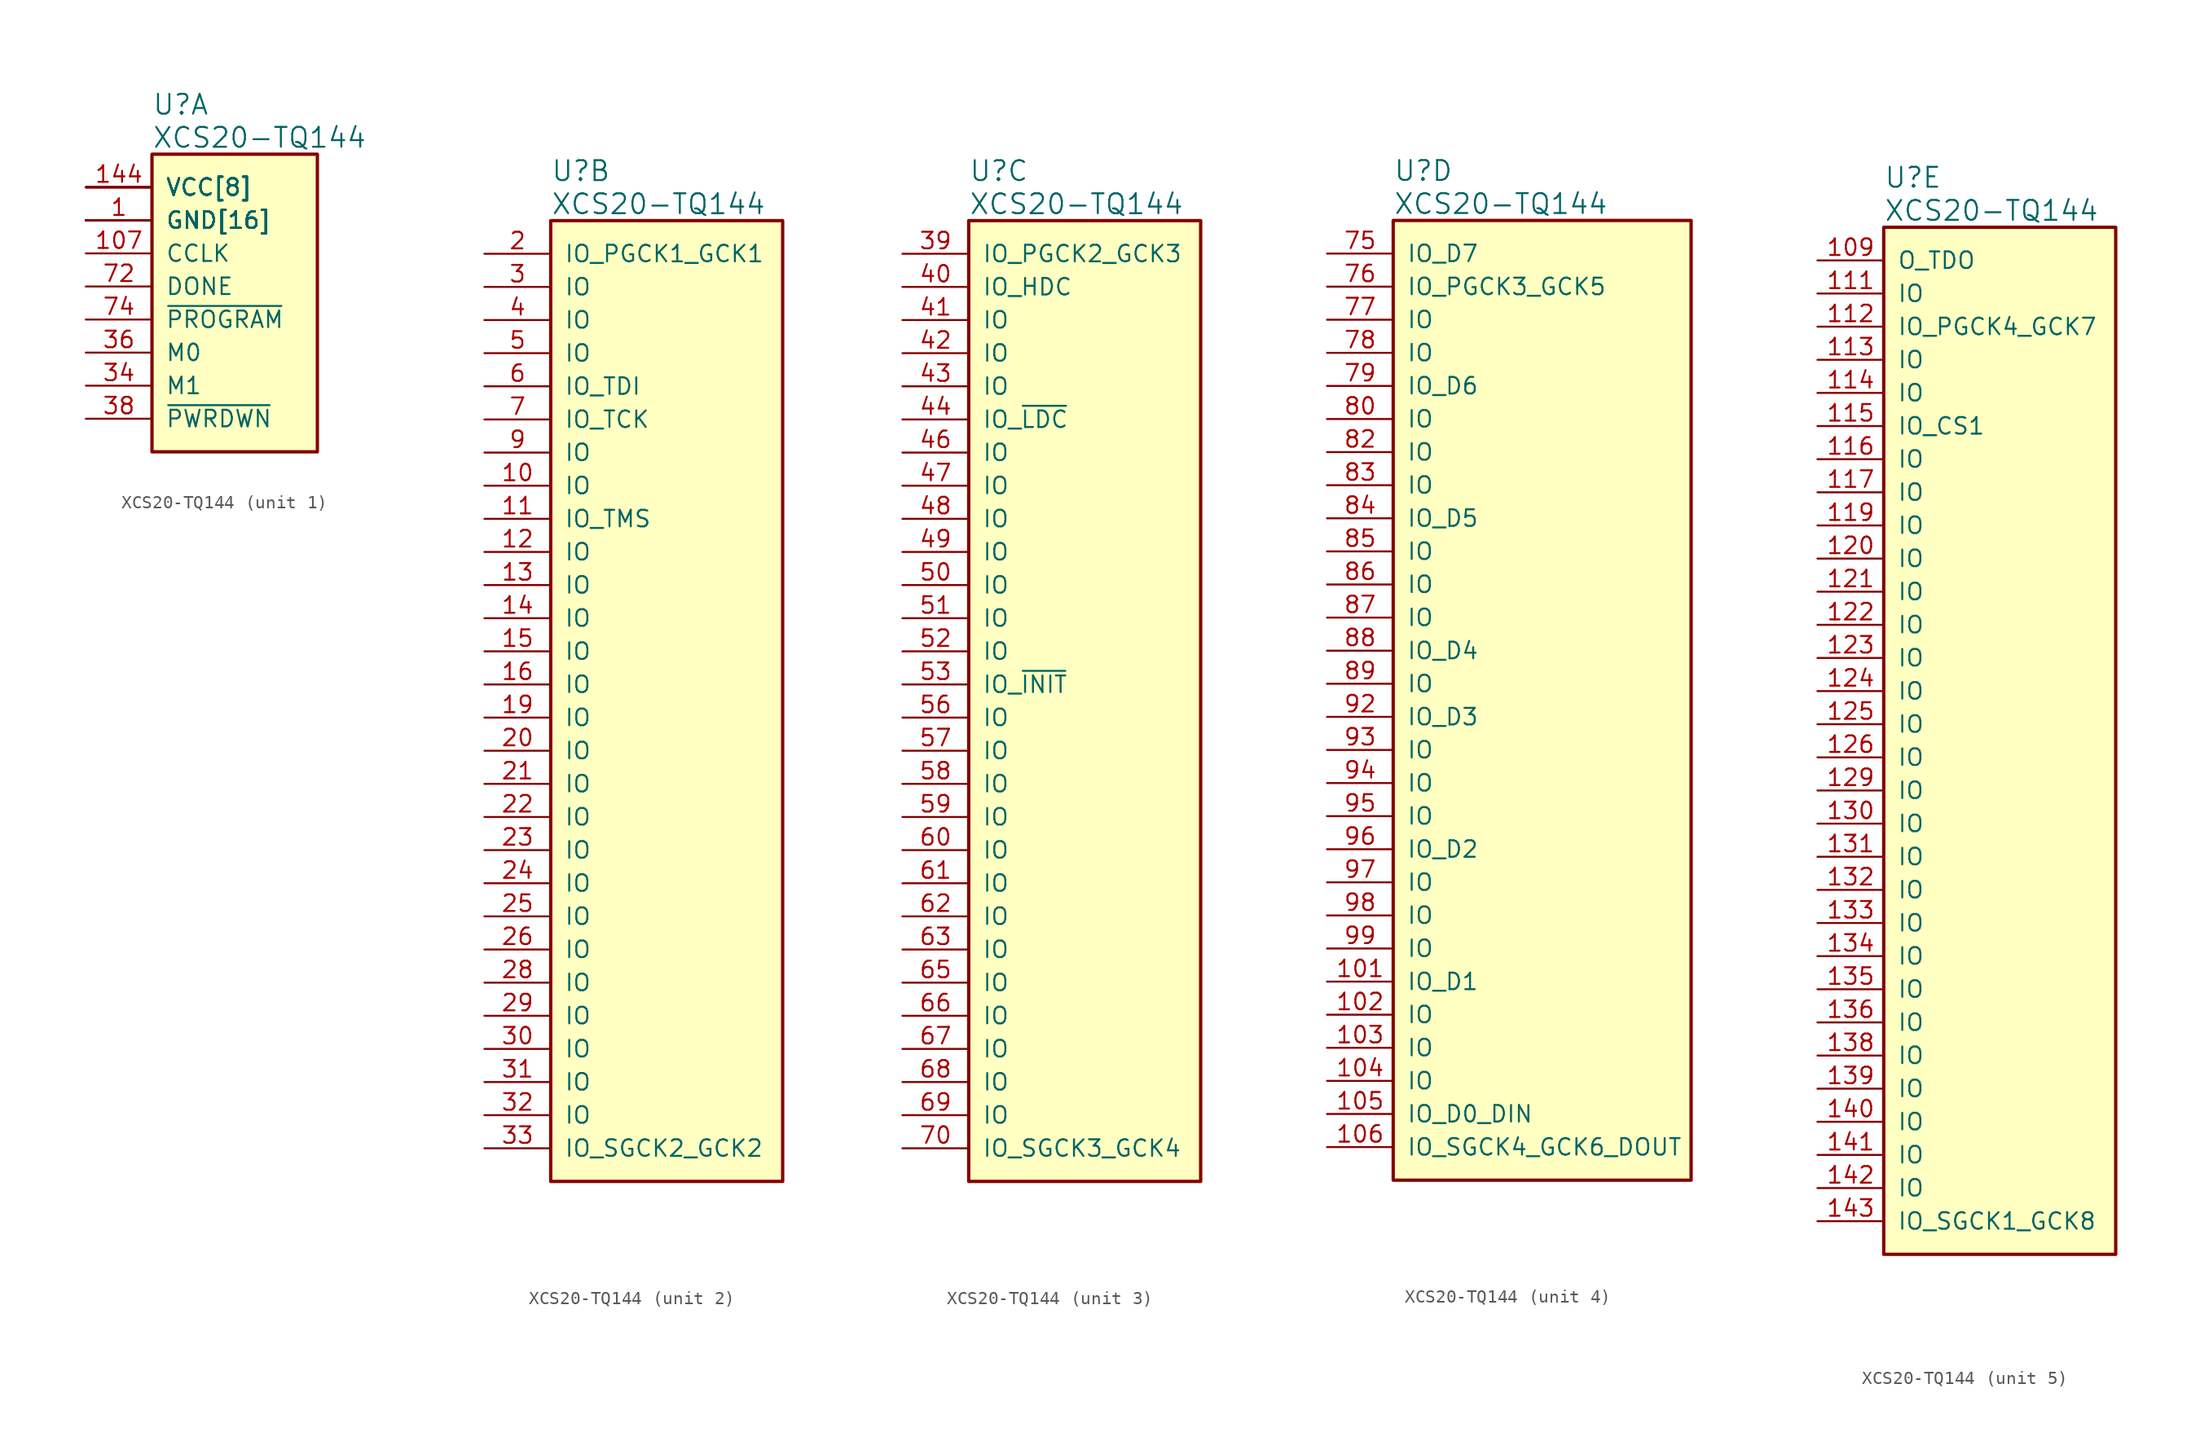
<source format=kicad_sym>
(kicad_symbol_lib
  (version 20231120)
  (generator "kicad_symbol_editor")
  (generator_version "8.0")
  (symbol "XCS20-TQ144"
    (pin_names
      (offset 1.016))
    (property "Reference" "U"
      (at 5.08 6.35 0)
      (effects (font (size 1.524 1.524)) (justify left)))
    (property "Value" "XCS20-TQ144"
      (at 5.08 3.81 0)
      (effects (font (size 1.524 1.524)) (justify left)))
    (property "ki_locked" ""
      (at 0 0 0)
      (effects (font (size 1.27 1.27))))
    (symbol "XCS20-TQ144_1_1"
      (rectangle (start 5.08 2.54) (end 17.78 -20.32) (stroke (width 0.254) (type solid)) (fill (type background)))
      (pin power_in line (at 0 -2.54 0) (length 5.08) (name "GND[16]" (effects (font (size 1.27 1.27)))) (number "1" (effects (font (size 1.27 1.27)))))
      (pin power_in line (at 0 -2.54 0) (length 5.08) (name "GND[16]" (effects (font (size 1.27 1.27)))) (number "100" (effects (font (size 0 0)))))
      (pin bidirectional line (at 0 -5.08 0) (length 5.08) (name "CCLK" (effects (font (size 1.27 1.27)))) (number "107" (effects (font (size 1.27 1.27)))))
      (pin power_in line (at 0 0 0) (length 5.08) (name "VCC[8]" (effects (font (size 1.27 1.27)))) (number "108" (effects (font (size 0 0)))))
      (pin power_in line (at 0 -2.54 0) (length 5.08) (name "GND[16]" (effects (font (size 1.27 1.27)))) (number "110" (effects (font (size 0 0)))))
      (pin power_in line (at 0 -2.54 0) (length 5.08) (name "GND[16]" (effects (font (size 1.27 1.27)))) (number "118" (effects (font (size 0 0)))))
      (pin power_in line (at 0 -2.54 0) (length 5.08) (name "GND[16]" (effects (font (size 1.27 1.27)))) (number "127" (effects (font (size 0 0)))))
      (pin power_in line (at 0 0 0) (length 5.08) (name "VCC[8]" (effects (font (size 1.27 1.27)))) (number "128" (effects (font (size 0 0)))))
      (pin power_in line (at 0 -2.54 0) (length 5.08) (name "GND[16]" (effects (font (size 1.27 1.27)))) (number "137" (effects (font (size 0 0)))))
      (pin power_in line (at 0 0 0) (length 5.08) (name "VCC[8]" (effects (font (size 1.27 1.27)))) (number "144" (effects (font (size 1.27 1.27)))))
      (pin power_in line (at 0 -2.54 0) (length 5.08) (name "GND[16]" (effects (font (size 1.27 1.27)))) (number "17" (effects (font (size 0 0)))))
      (pin power_in line (at 0 0 0) (length 5.08) (name "VCC[8]" (effects (font (size 1.27 1.27)))) (number "18" (effects (font (size 0 0)))))
      (pin power_in line (at 0 -2.54 0) (length 5.08) (name "GND[16]" (effects (font (size 1.27 1.27)))) (number "27" (effects (font (size 0 0)))))
      (pin input line (at 0 -15.24 0) (length 5.08) (name "M1" (effects (font (size 1.27 1.27)))) (number "34" (effects (font (size 1.27 1.27)))))
      (pin power_in line (at 0 -2.54 0) (length 5.08) (name "GND[16]" (effects (font (size 1.27 1.27)))) (number "35" (effects (font (size 0 0)))))
      (pin input line (at 0 -12.7 0) (length 5.08) (name "M0" (effects (font (size 1.27 1.27)))) (number "36" (effects (font (size 1.27 1.27)))))
      (pin power_in line (at 0 0 0) (length 5.08) (name "VCC[8]" (effects (font (size 1.27 1.27)))) (number "37" (effects (font (size 0 0)))))
      (pin input line (at 0 -17.78 0) (length 5.08) (name "~{PWRDWN}" (effects (font (size 1.27 1.27)))) (number "38" (effects (font (size 1.27 1.27)))))
      (pin power_in line (at 0 -2.54 0) (length 5.08) (name "GND[16]" (effects (font (size 1.27 1.27)))) (number "45" (effects (font (size 0 0)))))
      (pin power_in line (at 0 0 0) (length 5.08) (name "VCC[8]" (effects (font (size 1.27 1.27)))) (number "54" (effects (font (size 0 0)))))
      (pin power_in line (at 0 -2.54 0) (length 5.08) (name "GND[16]" (effects (font (size 1.27 1.27)))) (number "55" (effects (font (size 0 0)))))
      (pin power_in line (at 0 -2.54 0) (length 5.08) (name "GND[16]" (effects (font (size 1.27 1.27)))) (number "64" (effects (font (size 0 0)))))
      (pin power_in line (at 0 -2.54 0) (length 5.08) (name "GND[16]" (effects (font (size 1.27 1.27)))) (number "71" (effects (font (size 0 0)))))
      (pin bidirectional line (at 0 -7.62 0) (length 5.08) (name "DONE" (effects (font (size 1.27 1.27)))) (number "72" (effects (font (size 1.27 1.27)))))
      (pin power_in line (at 0 0 0) (length 5.08) (name "VCC[8]" (effects (font (size 1.27 1.27)))) (number "73" (effects (font (size 0 0)))))
      (pin input line (at 0 -10.16 0) (length 5.08) (name "~{PROGRAM}" (effects (font (size 1.27 1.27)))) (number "74" (effects (font (size 1.27 1.27)))))
      (pin power_in line (at 0 -2.54 0) (length 5.08) (name "GND[16]" (effects (font (size 1.27 1.27)))) (number "8" (effects (font (size 0 0)))))
      (pin power_in line (at 0 -2.54 0) (length 5.08) (name "GND[16]" (effects (font (size 1.27 1.27)))) (number "81" (effects (font (size 0 0)))))
      (pin power_in line (at 0 0 0) (length 5.08) (name "VCC[8]" (effects (font (size 1.27 1.27)))) (number "90" (effects (font (size 0 0)))))
      (pin power_in line (at 0 -2.54 0) (length 5.08) (name "GND[16]" (effects (font (size 1.27 1.27)))) (number "91" (effects (font (size 0 0))))))
    (symbol "XCS20-TQ144_2_1"
      (rectangle (start 5.08 2.54) (end 22.86 -71.12) (stroke (width 0.254) (type solid)) (fill (type background)))
      (pin bidirectional line (at 0 -17.78 0) (length 5.08) (name "IO" (effects (font (size 1.27 1.27)))) (number "10" (effects (font (size 1.27 1.27)))))
      (pin bidirectional line (at 0 -20.32 0) (length 5.08) (name "IO_TMS" (effects (font (size 1.27 1.27)))) (number "11" (effects (font (size 1.27 1.27)))))
      (pin bidirectional line (at 0 -22.86 0) (length 5.08) (name "IO" (effects (font (size 1.27 1.27)))) (number "12" (effects (font (size 1.27 1.27)))))
      (pin bidirectional line (at 0 -25.4 0) (length 5.08) (name "IO" (effects (font (size 1.27 1.27)))) (number "13" (effects (font (size 1.27 1.27)))))
      (pin bidirectional line (at 0 -27.94 0) (length 5.08) (name "IO" (effects (font (size 1.27 1.27)))) (number "14" (effects (font (size 1.27 1.27)))))
      (pin bidirectional line (at 0 -30.48 0) (length 5.08) (name "IO" (effects (font (size 1.27 1.27)))) (number "15" (effects (font (size 1.27 1.27)))))
      (pin bidirectional line (at 0 -33.02 0) (length 5.08) (name "IO" (effects (font (size 1.27 1.27)))) (number "16" (effects (font (size 1.27 1.27)))))
      (pin bidirectional line (at 0 -35.56 0) (length 5.08) (name "IO" (effects (font (size 1.27 1.27)))) (number "19" (effects (font (size 1.27 1.27)))))
      (pin bidirectional line (at 0 0 0) (length 5.08) (name "IO_PGCK1_GCK1" (effects (font (size 1.27 1.27)))) (number "2" (effects (font (size 1.27 1.27)))))
      (pin bidirectional line (at 0 -38.1 0) (length 5.08) (name "IO" (effects (font (size 1.27 1.27)))) (number "20" (effects (font (size 1.27 1.27)))))
      (pin bidirectional line (at 0 -40.64 0) (length 5.08) (name "IO" (effects (font (size 1.27 1.27)))) (number "21" (effects (font (size 1.27 1.27)))))
      (pin bidirectional line (at 0 -43.18 0) (length 5.08) (name "IO" (effects (font (size 1.27 1.27)))) (number "22" (effects (font (size 1.27 1.27)))))
      (pin bidirectional line (at 0 -45.72 0) (length 5.08) (name "IO" (effects (font (size 1.27 1.27)))) (number "23" (effects (font (size 1.27 1.27)))))
      (pin bidirectional line (at 0 -48.26 0) (length 5.08) (name "IO" (effects (font (size 1.27 1.27)))) (number "24" (effects (font (size 1.27 1.27)))))
      (pin bidirectional line (at 0 -50.8 0) (length 5.08) (name "IO" (effects (font (size 1.27 1.27)))) (number "25" (effects (font (size 1.27 1.27)))))
      (pin bidirectional line (at 0 -53.34 0) (length 5.08) (name "IO" (effects (font (size 1.27 1.27)))) (number "26" (effects (font (size 1.27 1.27)))))
      (pin bidirectional line (at 0 -55.88 0) (length 5.08) (name "IO" (effects (font (size 1.27 1.27)))) (number "28" (effects (font (size 1.27 1.27)))))
      (pin bidirectional line (at 0 -58.42 0) (length 5.08) (name "IO" (effects (font (size 1.27 1.27)))) (number "29" (effects (font (size 1.27 1.27)))))
      (pin bidirectional line (at 0 -2.54 0) (length 5.08) (name "IO" (effects (font (size 1.27 1.27)))) (number "3" (effects (font (size 1.27 1.27)))))
      (pin bidirectional line (at 0 -60.96 0) (length 5.08) (name "IO" (effects (font (size 1.27 1.27)))) (number "30" (effects (font (size 1.27 1.27)))))
      (pin bidirectional line (at 0 -63.5 0) (length 5.08) (name "IO" (effects (font (size 1.27 1.27)))) (number "31" (effects (font (size 1.27 1.27)))))
      (pin bidirectional line (at 0 -66.04 0) (length 5.08) (name "IO" (effects (font (size 1.27 1.27)))) (number "32" (effects (font (size 1.27 1.27)))))
      (pin bidirectional line (at 0 -68.58 0) (length 5.08) (name "IO_SGCK2_GCK2" (effects (font (size 1.27 1.27)))) (number "33" (effects (font (size 1.27 1.27)))))
      (pin bidirectional line (at 0 -5.08 0) (length 5.08) (name "IO" (effects (font (size 1.27 1.27)))) (number "4" (effects (font (size 1.27 1.27)))))
      (pin bidirectional line (at 0 -7.62 0) (length 5.08) (name "IO" (effects (font (size 1.27 1.27)))) (number "5" (effects (font (size 1.27 1.27)))))
      (pin bidirectional line (at 0 -10.16 0) (length 5.08) (name "IO_TDI" (effects (font (size 1.27 1.27)))) (number "6" (effects (font (size 1.27 1.27)))))
      (pin bidirectional line (at 0 -12.7 0) (length 5.08) (name "IO_TCK" (effects (font (size 1.27 1.27)))) (number "7" (effects (font (size 1.27 1.27)))))
      (pin bidirectional line (at 0 -15.24 0) (length 5.08) (name "IO" (effects (font (size 1.27 1.27)))) (number "9" (effects (font (size 1.27 1.27))))))
    (symbol "XCS20-TQ144_3_1"
      (rectangle (start 5.08 2.54) (end 22.86 -71.12) (stroke (width 0.254) (type solid)) (fill (type background)))
      (pin bidirectional line (at 0 0 0) (length 5.08) (name "IO_PGCK2_GCK3" (effects (font (size 1.27 1.27)))) (number "39" (effects (font (size 1.27 1.27)))))
      (pin bidirectional line (at 0 -2.54 0) (length 5.08) (name "IO_HDC" (effects (font (size 1.27 1.27)))) (number "40" (effects (font (size 1.27 1.27)))))
      (pin bidirectional line (at 0 -5.08 0) (length 5.08) (name "IO" (effects (font (size 1.27 1.27)))) (number "41" (effects (font (size 1.27 1.27)))))
      (pin bidirectional line (at 0 -7.62 0) (length 5.08) (name "IO" (effects (font (size 1.27 1.27)))) (number "42" (effects (font (size 1.27 1.27)))))
      (pin bidirectional line (at 0 -10.16 0) (length 5.08) (name "IO" (effects (font (size 1.27 1.27)))) (number "43" (effects (font (size 1.27 1.27)))))
      (pin bidirectional line (at 0 -12.7 0) (length 5.08) (name "IO_~{LDC}" (effects (font (size 1.27 1.27)))) (number "44" (effects (font (size 1.27 1.27)))))
      (pin bidirectional line (at 0 -15.24 0) (length 5.08) (name "IO" (effects (font (size 1.27 1.27)))) (number "46" (effects (font (size 1.27 1.27)))))
      (pin bidirectional line (at 0 -17.78 0) (length 5.08) (name "IO" (effects (font (size 1.27 1.27)))) (number "47" (effects (font (size 1.27 1.27)))))
      (pin bidirectional line (at 0 -20.32 0) (length 5.08) (name "IO" (effects (font (size 1.27 1.27)))) (number "48" (effects (font (size 1.27 1.27)))))
      (pin bidirectional line (at 0 -22.86 0) (length 5.08) (name "IO" (effects (font (size 1.27 1.27)))) (number "49" (effects (font (size 1.27 1.27)))))
      (pin bidirectional line (at 0 -25.4 0) (length 5.08) (name "IO" (effects (font (size 1.27 1.27)))) (number "50" (effects (font (size 1.27 1.27)))))
      (pin bidirectional line (at 0 -27.94 0) (length 5.08) (name "IO" (effects (font (size 1.27 1.27)))) (number "51" (effects (font (size 1.27 1.27)))))
      (pin bidirectional line (at 0 -30.48 0) (length 5.08) (name "IO" (effects (font (size 1.27 1.27)))) (number "52" (effects (font (size 1.27 1.27)))))
      (pin bidirectional line (at 0 -33.02 0) (length 5.08) (name "IO_~{INIT}" (effects (font (size 1.27 1.27)))) (number "53" (effects (font (size 1.27 1.27)))))
      (pin bidirectional line (at 0 -35.56 0) (length 5.08) (name "IO" (effects (font (size 1.27 1.27)))) (number "56" (effects (font (size 1.27 1.27)))))
      (pin bidirectional line (at 0 -38.1 0) (length 5.08) (name "IO" (effects (font (size 1.27 1.27)))) (number "57" (effects (font (size 1.27 1.27)))))
      (pin bidirectional line (at 0 -40.64 0) (length 5.08) (name "IO" (effects (font (size 1.27 1.27)))) (number "58" (effects (font (size 1.27 1.27)))))
      (pin bidirectional line (at 0 -43.18 0) (length 5.08) (name "IO" (effects (font (size 1.27 1.27)))) (number "59" (effects (font (size 1.27 1.27)))))
      (pin bidirectional line (at 0 -45.72 0) (length 5.08) (name "IO" (effects (font (size 1.27 1.27)))) (number "60" (effects (font (size 1.27 1.27)))))
      (pin bidirectional line (at 0 -48.26 0) (length 5.08) (name "IO" (effects (font (size 1.27 1.27)))) (number "61" (effects (font (size 1.27 1.27)))))
      (pin bidirectional line (at 0 -50.8 0) (length 5.08) (name "IO" (effects (font (size 1.27 1.27)))) (number "62" (effects (font (size 1.27 1.27)))))
      (pin bidirectional line (at 0 -53.34 0) (length 5.08) (name "IO" (effects (font (size 1.27 1.27)))) (number "63" (effects (font (size 1.27 1.27)))))
      (pin bidirectional line (at 0 -55.88 0) (length 5.08) (name "IO" (effects (font (size 1.27 1.27)))) (number "65" (effects (font (size 1.27 1.27)))))
      (pin bidirectional line (at 0 -58.42 0) (length 5.08) (name "IO" (effects (font (size 1.27 1.27)))) (number "66" (effects (font (size 1.27 1.27)))))
      (pin bidirectional line (at 0 -60.96 0) (length 5.08) (name "IO" (effects (font (size 1.27 1.27)))) (number "67" (effects (font (size 1.27 1.27)))))
      (pin bidirectional line (at 0 -63.5 0) (length 5.08) (name "IO" (effects (font (size 1.27 1.27)))) (number "68" (effects (font (size 1.27 1.27)))))
      (pin bidirectional line (at 0 -66.04 0) (length 5.08) (name "IO" (effects (font (size 1.27 1.27)))) (number "69" (effects (font (size 1.27 1.27)))))
      (pin bidirectional line (at 0 -68.58 0) (length 5.08) (name "IO_SGCK3_GCK4" (effects (font (size 1.27 1.27)))) (number "70" (effects (font (size 1.27 1.27))))))
    (symbol "XCS20-TQ144_4_1"
      (rectangle (start 5.08 2.54) (end 27.94 -71.12) (stroke (width 0.254) (type solid)) (fill (type background)))
      (pin bidirectional line (at 0 -55.88 0) (length 5.08) (name "IO_D1" (effects (font (size 1.27 1.27)))) (number "101" (effects (font (size 1.27 1.27)))))
      (pin bidirectional line (at 0 -58.42 0) (length 5.08) (name "IO" (effects (font (size 1.27 1.27)))) (number "102" (effects (font (size 1.27 1.27)))))
      (pin bidirectional line (at 0 -60.96 0) (length 5.08) (name "IO" (effects (font (size 1.27 1.27)))) (number "103" (effects (font (size 1.27 1.27)))))
      (pin bidirectional line (at 0 -63.5 0) (length 5.08) (name "IO" (effects (font (size 1.27 1.27)))) (number "104" (effects (font (size 1.27 1.27)))))
      (pin bidirectional line (at 0 -66.04 0) (length 5.08) (name "IO_D0_DIN" (effects (font (size 1.27 1.27)))) (number "105" (effects (font (size 1.27 1.27)))))
      (pin bidirectional line (at 0 -68.58 0) (length 5.08) (name "IO_SGCK4_GCK6_DOUT" (effects (font (size 1.27 1.27)))) (number "106" (effects (font (size 1.27 1.27)))))
      (pin bidirectional line (at 0 0 0) (length 5.08) (name "IO_D7" (effects (font (size 1.27 1.27)))) (number "75" (effects (font (size 1.27 1.27)))))
      (pin bidirectional line (at 0 -2.54 0) (length 5.08) (name "IO_PGCK3_GCK5" (effects (font (size 1.27 1.27)))) (number "76" (effects (font (size 1.27 1.27)))))
      (pin bidirectional line (at 0 -5.08 0) (length 5.08) (name "IO" (effects (font (size 1.27 1.27)))) (number "77" (effects (font (size 1.27 1.27)))))
      (pin bidirectional line (at 0 -7.62 0) (length 5.08) (name "IO" (effects (font (size 1.27 1.27)))) (number "78" (effects (font (size 1.27 1.27)))))
      (pin bidirectional line (at 0 -10.16 0) (length 5.08) (name "IO_D6" (effects (font (size 1.27 1.27)))) (number "79" (effects (font (size 1.27 1.27)))))
      (pin bidirectional line (at 0 -12.7 0) (length 5.08) (name "IO" (effects (font (size 1.27 1.27)))) (number "80" (effects (font (size 1.27 1.27)))))
      (pin bidirectional line (at 0 -15.24 0) (length 5.08) (name "IO" (effects (font (size 1.27 1.27)))) (number "82" (effects (font (size 1.27 1.27)))))
      (pin bidirectional line (at 0 -17.78 0) (length 5.08) (name "IO" (effects (font (size 1.27 1.27)))) (number "83" (effects (font (size 1.27 1.27)))))
      (pin bidirectional line (at 0 -20.32 0) (length 5.08) (name "IO_D5" (effects (font (size 1.27 1.27)))) (number "84" (effects (font (size 1.27 1.27)))))
      (pin bidirectional line (at 0 -22.86 0) (length 5.08) (name "IO" (effects (font (size 1.27 1.27)))) (number "85" (effects (font (size 1.27 1.27)))))
      (pin bidirectional line (at 0 -25.4 0) (length 5.08) (name "IO" (effects (font (size 1.27 1.27)))) (number "86" (effects (font (size 1.27 1.27)))))
      (pin bidirectional line (at 0 -27.94 0) (length 5.08) (name "IO" (effects (font (size 1.27 1.27)))) (number "87" (effects (font (size 1.27 1.27)))))
      (pin bidirectional line (at 0 -30.48 0) (length 5.08) (name "IO_D4" (effects (font (size 1.27 1.27)))) (number "88" (effects (font (size 1.27 1.27)))))
      (pin bidirectional line (at 0 -33.02 0) (length 5.08) (name "IO" (effects (font (size 1.27 1.27)))) (number "89" (effects (font (size 1.27 1.27)))))
      (pin bidirectional line (at 0 -35.56 0) (length 5.08) (name "IO_D3" (effects (font (size 1.27 1.27)))) (number "92" (effects (font (size 1.27 1.27)))))
      (pin bidirectional line (at 0 -38.1 0) (length 5.08) (name "IO" (effects (font (size 1.27 1.27)))) (number "93" (effects (font (size 1.27 1.27)))))
      (pin bidirectional line (at 0 -40.64 0) (length 5.08) (name "IO" (effects (font (size 1.27 1.27)))) (number "94" (effects (font (size 1.27 1.27)))))
      (pin bidirectional line (at 0 -43.18 0) (length 5.08) (name "IO" (effects (font (size 1.27 1.27)))) (number "95" (effects (font (size 1.27 1.27)))))
      (pin bidirectional line (at 0 -45.72 0) (length 5.08) (name "IO_D2" (effects (font (size 1.27 1.27)))) (number "96" (effects (font (size 1.27 1.27)))))
      (pin bidirectional line (at 0 -48.26 0) (length 5.08) (name "IO" (effects (font (size 1.27 1.27)))) (number "97" (effects (font (size 1.27 1.27)))))
      (pin bidirectional line (at 0 -50.8 0) (length 5.08) (name "IO" (effects (font (size 1.27 1.27)))) (number "98" (effects (font (size 1.27 1.27)))))
      (pin bidirectional line (at 0 -53.34 0) (length 5.08) (name "IO" (effects (font (size 1.27 1.27)))) (number "99" (effects (font (size 1.27 1.27))))))
    (symbol "XCS20-TQ144_5_1"
      (rectangle (start 5.08 2.54) (end 22.86 -76.2) (stroke (width 0.254) (type solid)) (fill (type background)))
      (pin output line (at 0 0 0) (length 5.08) (name "O_TDO" (effects (font (size 1.27 1.27)))) (number "109" (effects (font (size 1.27 1.27)))))
      (pin bidirectional line (at 0 -2.54 0) (length 5.08) (name "IO" (effects (font (size 1.27 1.27)))) (number "111" (effects (font (size 1.27 1.27)))))
      (pin bidirectional line (at 0 -5.08 0) (length 5.08) (name "IO_PGCK4_GCK7" (effects (font (size 1.27 1.27)))) (number "112" (effects (font (size 1.27 1.27)))))
      (pin bidirectional line (at 0 -7.62 0) (length 5.08) (name "IO" (effects (font (size 1.27 1.27)))) (number "113" (effects (font (size 1.27 1.27)))))
      (pin bidirectional line (at 0 -10.16 0) (length 5.08) (name "IO" (effects (font (size 1.27 1.27)))) (number "114" (effects (font (size 1.27 1.27)))))
      (pin bidirectional line (at 0 -12.7 0) (length 5.08) (name "IO_CS1" (effects (font (size 1.27 1.27)))) (number "115" (effects (font (size 1.27 1.27)))))
      (pin bidirectional line (at 0 -15.24 0) (length 5.08) (name "IO" (effects (font (size 1.27 1.27)))) (number "116" (effects (font (size 1.27 1.27)))))
      (pin bidirectional line (at 0 -17.78 0) (length 5.08) (name "IO" (effects (font (size 1.27 1.27)))) (number "117" (effects (font (size 1.27 1.27)))))
      (pin bidirectional line (at 0 -20.32 0) (length 5.08) (name "IO" (effects (font (size 1.27 1.27)))) (number "119" (effects (font (size 1.27 1.27)))))
      (pin bidirectional line (at 0 -22.86 0) (length 5.08) (name "IO" (effects (font (size 1.27 1.27)))) (number "120" (effects (font (size 1.27 1.27)))))
      (pin bidirectional line (at 0 -25.4 0) (length 5.08) (name "IO" (effects (font (size 1.27 1.27)))) (number "121" (effects (font (size 1.27 1.27)))))
      (pin bidirectional line (at 0 -27.94 0) (length 5.08) (name "IO" (effects (font (size 1.27 1.27)))) (number "122" (effects (font (size 1.27 1.27)))))
      (pin bidirectional line (at 0 -30.48 0) (length 5.08) (name "IO" (effects (font (size 1.27 1.27)))) (number "123" (effects (font (size 1.27 1.27)))))
      (pin bidirectional line (at 0 -33.02 0) (length 5.08) (name "IO" (effects (font (size 1.27 1.27)))) (number "124" (effects (font (size 1.27 1.27)))))
      (pin bidirectional line (at 0 -35.56 0) (length 5.08) (name "IO" (effects (font (size 1.27 1.27)))) (number "125" (effects (font (size 1.27 1.27)))))
      (pin bidirectional line (at 0 -38.1 0) (length 5.08) (name "IO" (effects (font (size 1.27 1.27)))) (number "126" (effects (font (size 1.27 1.27)))))
      (pin bidirectional line (at 0 -40.64 0) (length 5.08) (name "IO" (effects (font (size 1.27 1.27)))) (number "129" (effects (font (size 1.27 1.27)))))
      (pin bidirectional line (at 0 -43.18 0) (length 5.08) (name "IO" (effects (font (size 1.27 1.27)))) (number "130" (effects (font (size 1.27 1.27)))))
      (pin bidirectional line (at 0 -45.72 0) (length 5.08) (name "IO" (effects (font (size 1.27 1.27)))) (number "131" (effects (font (size 1.27 1.27)))))
      (pin bidirectional line (at 0 -48.26 0) (length 5.08) (name "IO" (effects (font (size 1.27 1.27)))) (number "132" (effects (font (size 1.27 1.27)))))
      (pin bidirectional line (at 0 -50.8 0) (length 5.08) (name "IO" (effects (font (size 1.27 1.27)))) (number "133" (effects (font (size 1.27 1.27)))))
      (pin bidirectional line (at 0 -53.34 0) (length 5.08) (name "IO" (effects (font (size 1.27 1.27)))) (number "134" (effects (font (size 1.27 1.27)))))
      (pin bidirectional line (at 0 -55.88 0) (length 5.08) (name "IO" (effects (font (size 1.27 1.27)))) (number "135" (effects (font (size 1.27 1.27)))))
      (pin bidirectional line (at 0 -58.42 0) (length 5.08) (name "IO" (effects (font (size 1.27 1.27)))) (number "136" (effects (font (size 1.27 1.27)))))
      (pin bidirectional line (at 0 -60.96 0) (length 5.08) (name "IO" (effects (font (size 1.27 1.27)))) (number "138" (effects (font (size 1.27 1.27)))))
      (pin bidirectional line (at 0 -63.5 0) (length 5.08) (name "IO" (effects (font (size 1.27 1.27)))) (number "139" (effects (font (size 1.27 1.27)))))
      (pin bidirectional line (at 0 -66.04 0) (length 5.08) (name "IO" (effects (font (size 1.27 1.27)))) (number "140" (effects (font (size 1.27 1.27)))))
      (pin bidirectional line (at 0 -68.58 0) (length 5.08) (name "IO" (effects (font (size 1.27 1.27)))) (number "141" (effects (font (size 1.27 1.27)))))
      (pin bidirectional line (at 0 -71.12 0) (length 5.08) (name "IO" (effects (font (size 1.27 1.27)))) (number "142" (effects (font (size 1.27 1.27)))))
      (pin bidirectional line (at 0 -73.66 0) (length 5.08) (name "IO_SGCK1_GCK8" (effects (font (size 1.27 1.27)))) (number "143" (effects (font (size 1.27 1.27))))))))
</source>
